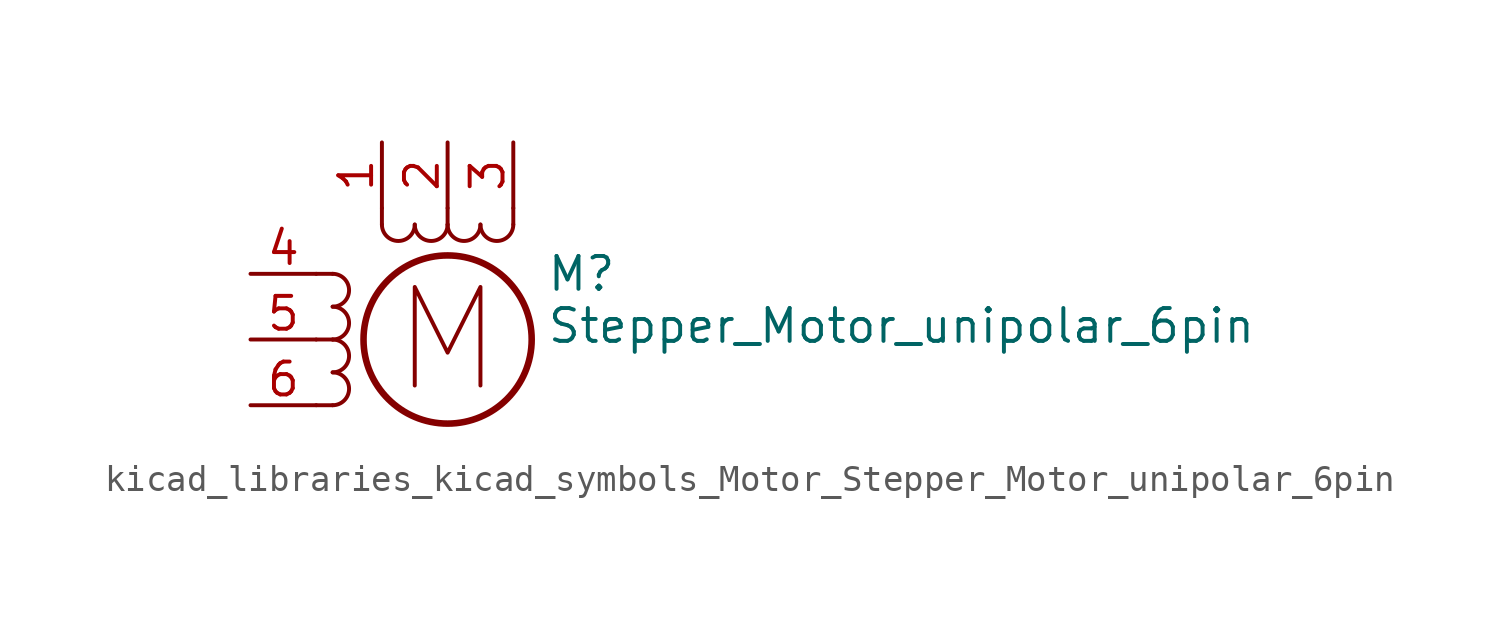
<source format=kicad_sym>
(kicad_symbol_lib
  (version 20220914)
  (generator kicad_symbol_editor)
  (symbol "kicad_libraries_kicad_symbols_Motor_Stepper_Motor_unipolar_6pin"
    (pin_names
      (offset 0) hide)
    (property "Reference" "M"
      (at 3.81 2.54 0)
      (effects (font (size 1.27 1.27)) (justify left)))
    (property "Value" "Stepper_Motor_unipolar_6pin"
      (at 3.81 1.27 0)
      (effects (font (size 1.27 1.27)) (justify left top)))
    (symbol "kicad_libraries_kicad_symbols_Motor_Stepper_Motor_unipolar_6pin_0_0"
      (polyline (pts (xy -1.27 -1.778) (xy -1.27 2.032) (xy 0 -0.508) (xy 1.27 2.032) (xy 1.27 -1.778)) (stroke (width 0) (type default)) (fill (type none))))
    (symbol "kicad_libraries_kicad_symbols_Motor_Stepper_Motor_unipolar_6pin_0_1"
      (arc (start -4.445 -2.54) (mid -3.8127 -1.905) (end -4.445 -1.27) (stroke (width 0) (type default)) (fill (type none)))
      (arc (start -4.445 -1.27) (mid -3.8127 -0.635) (end -4.445 0) (stroke (width 0) (type default)) (fill (type none)))
      (arc (start -4.445 0) (mid -3.8127 0.635) (end -4.445 1.27) (stroke (width 0) (type default)) (fill (type none)))
      (arc (start -4.445 1.27) (mid -3.8127 1.905) (end -4.445 2.54) (stroke (width 0) (type default)) (fill (type none)))
      (arc (start -2.54 4.445) (mid -1.905 3.8127) (end -1.27 4.445) (stroke (width 0) (type default)) (fill (type none)))
      (arc (start -1.27 4.445) (mid -0.635 3.8127) (end 0 4.445) (stroke (width 0) (type default)) (fill (type none)))
      (polyline (pts (xy -5.08 -2.54) (xy -4.445 -2.54)) (stroke (width 0) (type default)) (fill (type none)))
      (polyline (pts (xy -5.08 2.54) (xy -4.445 2.54)) (stroke (width 0) (type default)) (fill (type none)))
      (polyline (pts (xy -4.445 0) (xy -5.08 0)) (stroke (width 0) (type default)) (fill (type none)))
      (polyline (pts (xy -2.54 4.445) (xy -2.54 5.08)) (stroke (width 0) (type default)) (fill (type none)))
      (polyline (pts (xy 0 4.445) (xy 0 5.08)) (stroke (width 0) (type default)) (fill (type none)))
      (polyline (pts (xy 2.54 4.445) (xy 2.54 5.08)) (stroke (width 0) (type default)) (fill (type none)))
      (circle (center 0 0) (radius 3.251) (stroke (width 0.254) (type default)) (fill (type none)))
      (arc (start 0 4.445) (mid 0.635 3.8127) (end 1.27 4.445) (stroke (width 0) (type default)) (fill (type none)))
      (arc (start 1.27 4.445) (mid 1.905 3.8127) (end 2.54 4.445) (stroke (width 0) (type default)) (fill (type none))))
    (symbol "kicad_libraries_kicad_symbols_Motor_Stepper_Motor_unipolar_6pin_1_1"
      (pin passive line (at -2.54 7.62 270) (length 2.54) (name "~" (effects (font (size 1.27 1.27)))) (number "1" (effects (font (size 1.27 1.27)))))
      (pin passive line (at 0 7.62 270) (length 2.54) (name "~" (effects (font (size 1.27 1.27)))) (number "2" (effects (font (size 1.27 1.27)))))
      (pin passive line (at 2.54 7.62 270) (length 2.54) (name "-" (effects (font (size 1.27 1.27)))) (number "3" (effects (font (size 1.27 1.27)))))
      (pin passive line (at -7.62 2.54 0) (length 2.54) (name "~" (effects (font (size 1.27 1.27)))) (number "4" (effects (font (size 1.27 1.27)))))
      (pin passive line (at -7.62 0 0) (length 2.54) (name "~" (effects (font (size 1.27 1.27)))) (number "5" (effects (font (size 1.27 1.27)))))
      (pin passive line (at -7.62 -2.54 0) (length 2.54) (name "~" (effects (font (size 1.27 1.27)))) (number "6" (effects (font (size 1.27 1.27))))))))
</source>
